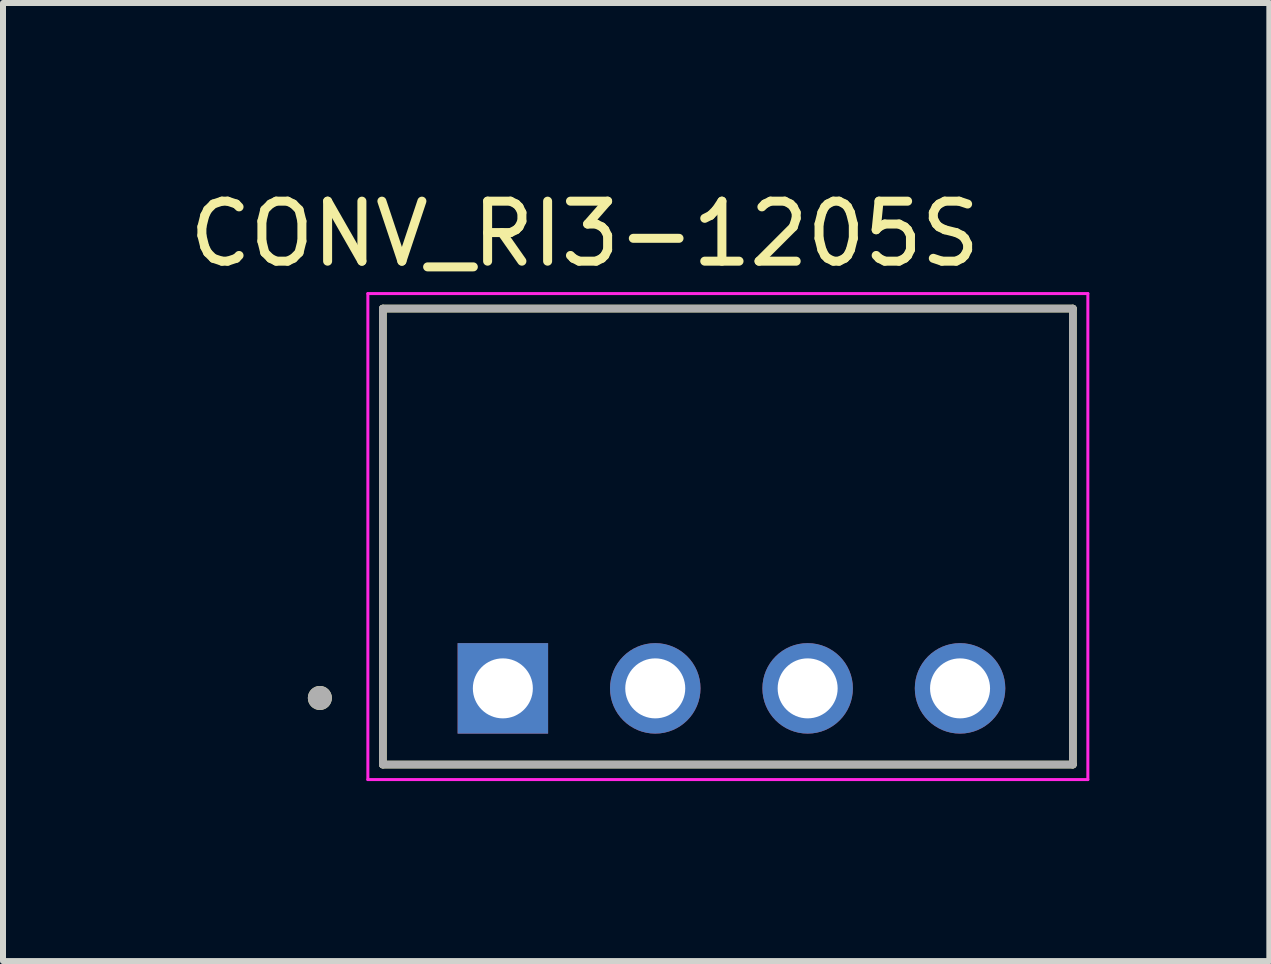
<source format=kicad_pcb>
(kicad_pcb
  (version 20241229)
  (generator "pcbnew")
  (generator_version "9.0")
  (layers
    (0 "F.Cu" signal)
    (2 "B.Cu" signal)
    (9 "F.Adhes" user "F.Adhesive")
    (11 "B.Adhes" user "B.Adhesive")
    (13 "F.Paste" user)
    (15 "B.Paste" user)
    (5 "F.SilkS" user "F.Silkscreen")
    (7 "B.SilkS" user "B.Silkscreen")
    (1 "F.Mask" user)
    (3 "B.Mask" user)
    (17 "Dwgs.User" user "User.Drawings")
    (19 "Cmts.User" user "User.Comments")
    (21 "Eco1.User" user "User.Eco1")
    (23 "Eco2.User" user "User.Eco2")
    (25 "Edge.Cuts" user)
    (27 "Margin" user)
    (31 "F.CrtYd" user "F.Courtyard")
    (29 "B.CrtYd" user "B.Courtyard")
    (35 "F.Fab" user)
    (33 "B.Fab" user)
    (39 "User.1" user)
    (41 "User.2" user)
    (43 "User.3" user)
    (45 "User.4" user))
  (footprint "CONV_RI3-1205S"
    (layer "F.Cu")
    (at 9.081 5.893)
    (property "Reference" "CONV_RI3-1205S" (at -2.385 -5.045 0) (layer "F.SilkS") (effects (font (size 1 1) (thickness 0.15))))
    (attr through_hole)
    (fp_line (start -5.75 -3.8) (end -5.75 3.8) (stroke (width 0.127) (type solid)) (layer "F.SilkS"))
    (fp_line (start -5.75 3.8) (end 5.75 3.8) (stroke (width 0.127) (type solid)) (layer "F.SilkS"))
    (fp_line (start 5.75 -3.8) (end -5.75 -3.8) (stroke (width 0.127) (type solid)) (layer "F.SilkS"))
    (fp_line (start 5.75 3.8) (end 5.75 -3.8) (stroke (width 0.127) (type solid)) (layer "F.SilkS"))
    (fp_circle (center -6.8 2.69) (end -6.7 2.69) (stroke (width 0.2) (type solid)) (fill no) (layer "F.SilkS"))
    (fp_line (start -6 -4.05) (end -6 4.05) (stroke (width 0.05) (type solid)) (layer "F.CrtYd"))
    (fp_line (start -6 4.05) (end 6 4.05) (stroke (width 0.05) (type solid)) (layer "F.CrtYd"))
    (fp_line (start 6 -4.05) (end -6 -4.05) (stroke (width 0.05) (type solid)) (layer "F.CrtYd"))
    (fp_line (start 6 4.05) (end 6 -4.05) (stroke (width 0.05) (type solid)) (layer "F.CrtYd"))
    (fp_line (start -5.75 -3.8) (end -5.75 3.8) (stroke (width 0.127) (type solid)) (layer "F.Fab"))
    (fp_line (start -5.75 3.8) (end 5.75 3.8) (stroke (width 0.127) (type solid)) (layer "F.Fab"))
    (fp_line (start 5.75 -3.8) (end -5.75 -3.8) (stroke (width 0.127) (type solid)) (layer "F.Fab"))
    (fp_line (start 5.75 3.8) (end 5.75 -3.8) (stroke (width 0.127) (type solid)) (layer "F.Fab"))
    (fp_circle (center -6.8 2.69) (end -6.7 2.69) (stroke (width 0.2) (type solid)) (fill no) (layer "F.Fab"))
    (pad "1" thru_hole rect (at -3.75 2.53) (size 1.508 1.508) (drill 1) (layers "*.Cu" "*.Mask"))
    (pad "2" thru_hole circle (at -1.21 2.53) (size 1.508 1.508) (drill 1) (layers "*.Cu" "*.Mask"))
    (pad "3" thru_hole circle (at 1.33 2.53) (size 1.508 1.508) (drill 1) (layers "*.Cu" "*.Mask"))
    (pad "4" thru_hole circle (at 3.87 2.53) (size 1.508 1.508) (drill 1) (layers "*.Cu" "*.Mask")))
  (gr_rect
    (start -3 -3)
    (end 18.106 12.968)
    (stroke (width 0.1) (type default))
    (fill no)
    (layer "Edge.Cuts")))
</source>
